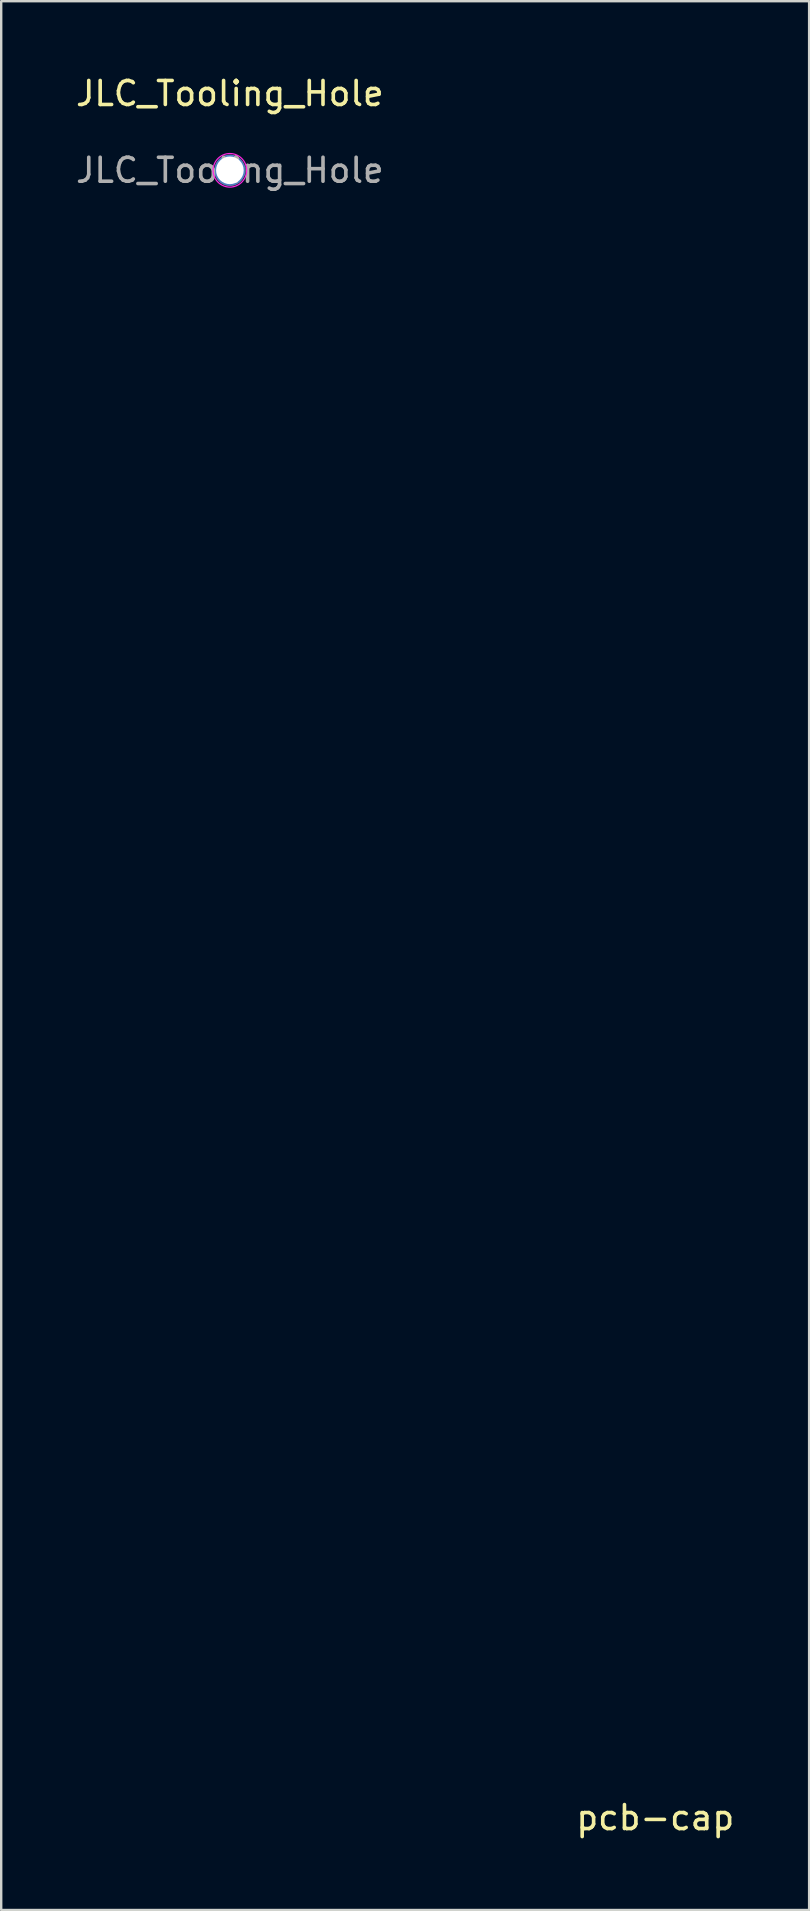
<source format=kicad_pcb>
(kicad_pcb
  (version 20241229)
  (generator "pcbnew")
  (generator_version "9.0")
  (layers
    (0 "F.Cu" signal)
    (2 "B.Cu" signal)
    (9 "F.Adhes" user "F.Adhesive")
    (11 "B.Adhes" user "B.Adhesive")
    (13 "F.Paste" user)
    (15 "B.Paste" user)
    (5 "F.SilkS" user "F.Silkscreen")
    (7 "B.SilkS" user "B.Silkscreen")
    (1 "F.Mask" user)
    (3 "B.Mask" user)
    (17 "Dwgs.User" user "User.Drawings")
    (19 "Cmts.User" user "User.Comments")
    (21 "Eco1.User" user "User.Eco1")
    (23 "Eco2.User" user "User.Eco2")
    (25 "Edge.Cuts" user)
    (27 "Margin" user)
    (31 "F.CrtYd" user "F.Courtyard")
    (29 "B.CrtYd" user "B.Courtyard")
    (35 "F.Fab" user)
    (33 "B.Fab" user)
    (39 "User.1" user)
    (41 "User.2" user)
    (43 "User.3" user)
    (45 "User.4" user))
  (footprint "pcb-cap"
    (layer "F.Cu")
    (at 21.06 65)
    (property "Reference" "pcb-cap" (at 3.2 7.7 0) (unlocked yes) (layer "F.SilkS") (effects (font (size 1 1) (thickness 0.15))))
    (attr smd)
    (pad "1" smd oval (at 0 -30) (size 10 70) (layers "In1.Cu")))
  (footprint "JLC_Tooling_Hole"
    (layer "F.Cu")
    (at 6.53 4.048)
    (property "Reference" "JLC_Tooling_Hole" (at 0 -3.2 0) (layer "F.SilkS") (effects (font (size 1 1) (thickness 0.15))))
    (attr exclude_from_pos_files exclude_from_bom)
    (fp_circle (center 0 0) (end 0.7 0) (stroke (width 0.05) (type solid)) (fill no) (layer "F.CrtYd"))
    (fp_text user "${REFERENCE}" (at 0 0 0) (layer "F.Fab") (effects (font (size 1 1) (thickness 0.15))))
    (pad "" np_thru_hole circle (at 0 0) (size 1.3 1.3) (drill 1.152) (layers "*.Cu" "*.Mask")))
  (gr_rect
    (start -3 -3)
    (end 30.67 76.548)
    (stroke (width 0.1) (type default))
    (fill no)
    (layer "Edge.Cuts")))
</source>
